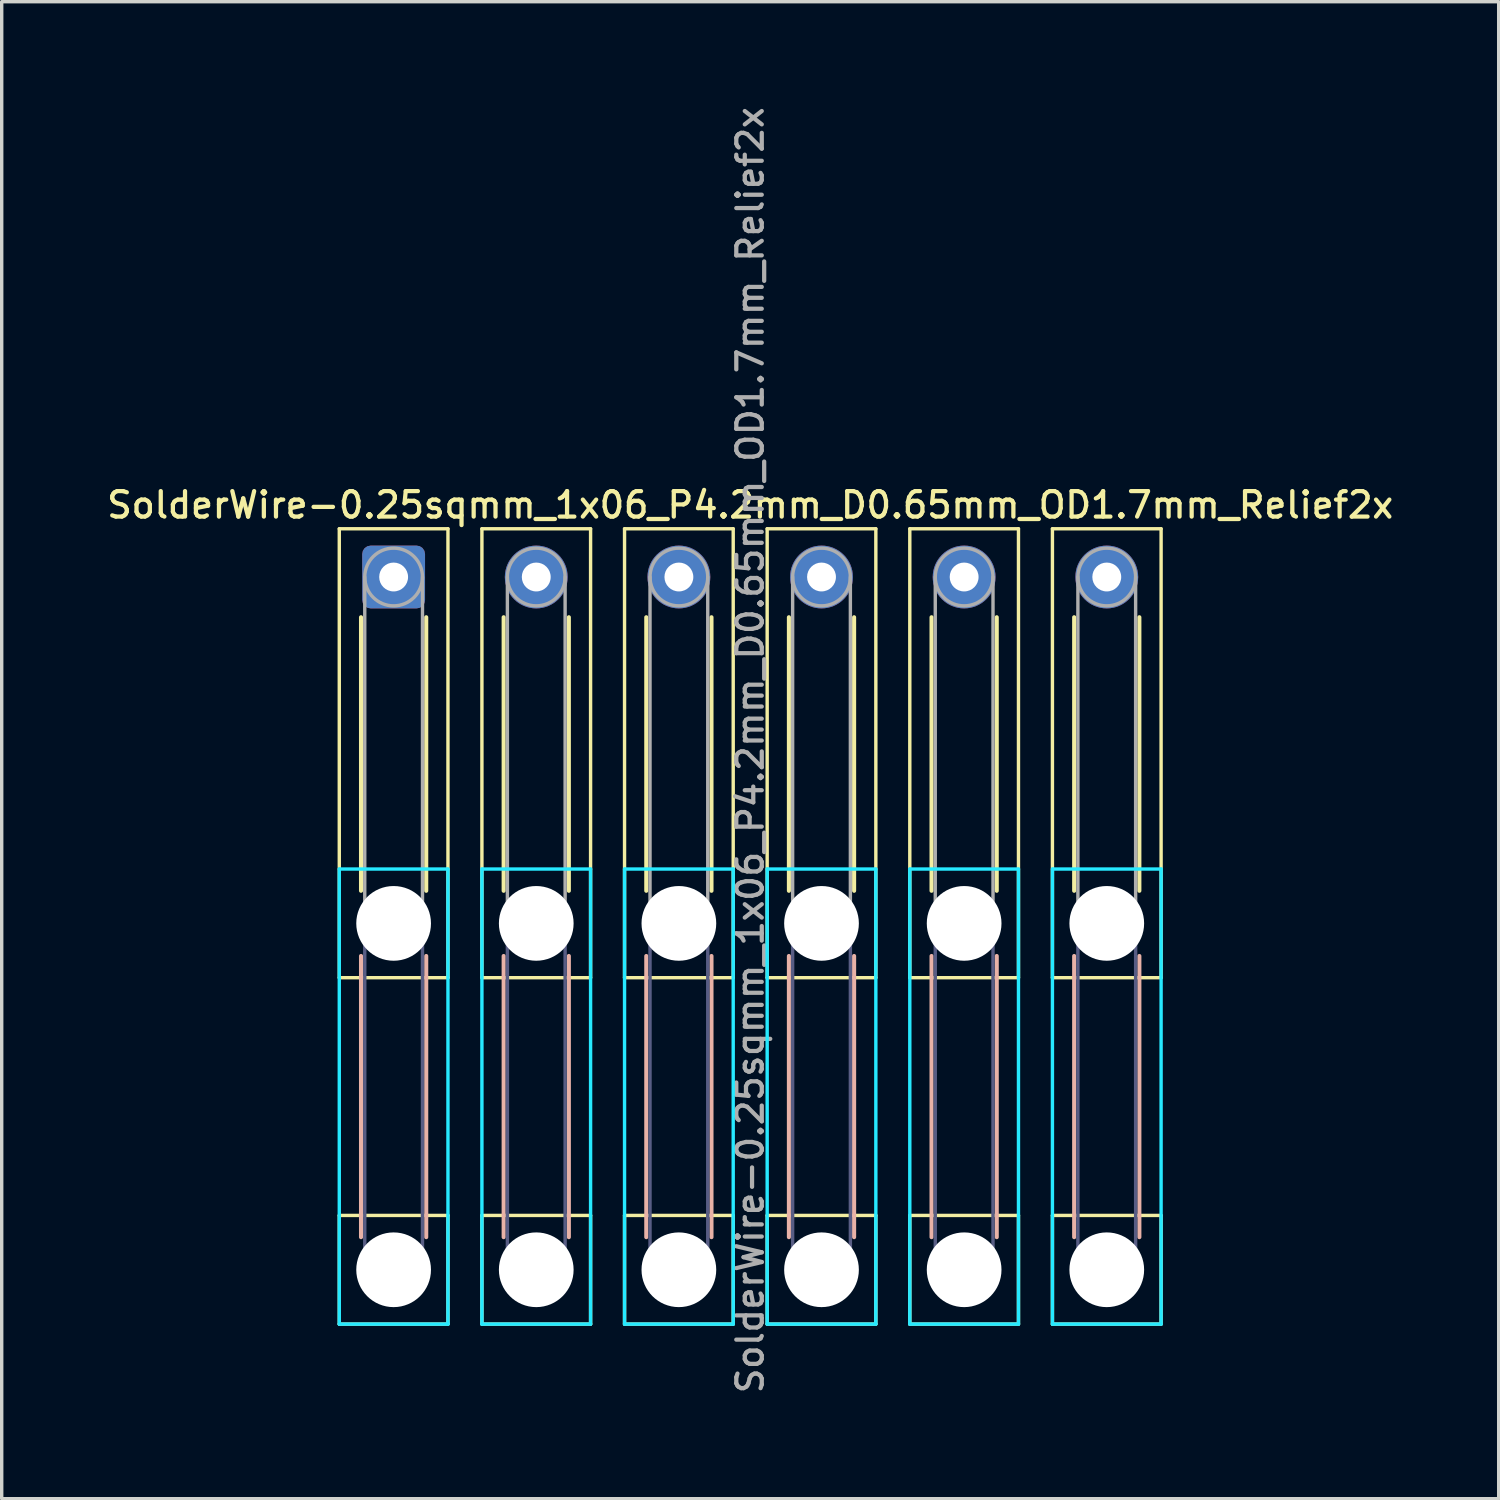
<source format=kicad_pcb>
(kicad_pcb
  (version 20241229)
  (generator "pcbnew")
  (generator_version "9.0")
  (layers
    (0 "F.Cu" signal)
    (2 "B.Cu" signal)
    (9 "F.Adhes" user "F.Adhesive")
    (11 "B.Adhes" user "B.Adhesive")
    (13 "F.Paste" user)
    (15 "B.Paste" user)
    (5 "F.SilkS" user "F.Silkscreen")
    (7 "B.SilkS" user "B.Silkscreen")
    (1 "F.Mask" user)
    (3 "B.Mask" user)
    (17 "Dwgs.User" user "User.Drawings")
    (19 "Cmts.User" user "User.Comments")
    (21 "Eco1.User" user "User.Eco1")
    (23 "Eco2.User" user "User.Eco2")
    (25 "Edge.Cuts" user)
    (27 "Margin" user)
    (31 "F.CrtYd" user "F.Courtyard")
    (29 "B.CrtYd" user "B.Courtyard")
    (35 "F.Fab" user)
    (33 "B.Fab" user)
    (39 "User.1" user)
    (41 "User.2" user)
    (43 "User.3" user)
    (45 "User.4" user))
  (footprint "SolderWire-0.25sqmm_1x06_P4.2mm_D0.65mm_OD1.7mm_Relief2x"
    (layer "F.Cu")
    (at 8.541 13.941)
    (property "Reference" "SolderWire-0.25sqmm_1x06_P4.2mm_D0.65mm_OD1.7mm_Relief2x" (at 10.5 -2.12 0) (layer "F.SilkS") (effects (font (size 0.75 0.75) (thickness 0.125))))
    (attr exclude_from_pos_files exclude_from_bom)
    (fp_line (start -1.6 -1.42) (end -1.6 11.8) (stroke (width 0.1) (type solid)) (layer "F.SilkS"))
    (fp_line (start -1.6 11.8) (end 1.6 11.8) (stroke (width 0.1) (type solid)) (layer "F.SilkS"))
    (fp_line (start -1.6 18.8) (end -1.6 22) (stroke (width 0.1) (type solid)) (layer "F.SilkS"))
    (fp_line (start -1.6 22) (end 1.6 22) (stroke (width 0.1) (type solid)) (layer "F.SilkS"))
    (fp_line (start -0.96 1.185) (end -0.96 9.24) (stroke (width 0.12) (type solid)) (layer "F.SilkS"))
    (fp_line (start 0.96 1.185) (end 0.96 9.24) (stroke (width 0.12) (type solid)) (layer "F.SilkS"))
    (fp_line (start 1.6 -1.42) (end -1.6 -1.42) (stroke (width 0.1) (type solid)) (layer "F.SilkS"))
    (fp_line (start 1.6 11.8) (end 1.6 -1.42) (stroke (width 0.1) (type solid)) (layer "F.SilkS"))
    (fp_line (start 1.6 18.8) (end -1.6 18.8) (stroke (width 0.1) (type solid)) (layer "F.SilkS"))
    (fp_line (start 1.6 22) (end 1.6 18.8) (stroke (width 0.1) (type solid)) (layer "F.SilkS"))
    (fp_line (start 2.6 -1.42) (end 2.6 11.8) (stroke (width 0.1) (type solid)) (layer "F.SilkS"))
    (fp_line (start 2.6 11.8) (end 5.8 11.8) (stroke (width 0.1) (type solid)) (layer "F.SilkS"))
    (fp_line (start 2.6 18.8) (end 2.6 22) (stroke (width 0.1) (type solid)) (layer "F.SilkS"))
    (fp_line (start 2.6 22) (end 5.8 22) (stroke (width 0.1) (type solid)) (layer "F.SilkS"))
    (fp_line (start 3.24 1.185) (end 3.24 9.24) (stroke (width 0.12) (type solid)) (layer "F.SilkS"))
    (fp_line (start 5.16 1.185) (end 5.16 9.24) (stroke (width 0.12) (type solid)) (layer "F.SilkS"))
    (fp_line (start 5.8 -1.42) (end 2.6 -1.42) (stroke (width 0.1) (type solid)) (layer "F.SilkS"))
    (fp_line (start 5.8 11.8) (end 5.8 -1.42) (stroke (width 0.1) (type solid)) (layer "F.SilkS"))
    (fp_line (start 5.8 18.8) (end 2.6 18.8) (stroke (width 0.1) (type solid)) (layer "F.SilkS"))
    (fp_line (start 5.8 22) (end 5.8 18.8) (stroke (width 0.1) (type solid)) (layer "F.SilkS"))
    (fp_line (start 6.8 -1.42) (end 6.8 11.8) (stroke (width 0.1) (type solid)) (layer "F.SilkS"))
    (fp_line (start 6.8 11.8) (end 10 11.8) (stroke (width 0.1) (type solid)) (layer "F.SilkS"))
    (fp_line (start 6.8 18.8) (end 6.8 22) (stroke (width 0.1) (type solid)) (layer "F.SilkS"))
    (fp_line (start 6.8 22) (end 10 22) (stroke (width 0.1) (type solid)) (layer "F.SilkS"))
    (fp_line (start 7.44 1.185) (end 7.44 9.24) (stroke (width 0.12) (type solid)) (layer "F.SilkS"))
    (fp_line (start 9.36 1.185) (end 9.36 9.24) (stroke (width 0.12) (type solid)) (layer "F.SilkS"))
    (fp_line (start 10 -1.42) (end 6.8 -1.42) (stroke (width 0.1) (type solid)) (layer "F.SilkS"))
    (fp_line (start 10 11.8) (end 10 -1.42) (stroke (width 0.1) (type solid)) (layer "F.SilkS"))
    (fp_line (start 10 18.8) (end 6.8 18.8) (stroke (width 0.1) (type solid)) (layer "F.SilkS"))
    (fp_line (start 10 22) (end 10 18.8) (stroke (width 0.1) (type solid)) (layer "F.SilkS"))
    (fp_line (start 11 -1.42) (end 11 11.8) (stroke (width 0.1) (type solid)) (layer "F.SilkS"))
    (fp_line (start 11 11.8) (end 14.2 11.8) (stroke (width 0.1) (type solid)) (layer "F.SilkS"))
    (fp_line (start 11 18.8) (end 11 22) (stroke (width 0.1) (type solid)) (layer "F.SilkS"))
    (fp_line (start 11 22) (end 14.2 22) (stroke (width 0.1) (type solid)) (layer "F.SilkS"))
    (fp_line (start 11.64 1.185) (end 11.64 9.24) (stroke (width 0.12) (type solid)) (layer "F.SilkS"))
    (fp_line (start 13.56 1.185) (end 13.56 9.24) (stroke (width 0.12) (type solid)) (layer "F.SilkS"))
    (fp_line (start 14.2 -1.42) (end 11 -1.42) (stroke (width 0.1) (type solid)) (layer "F.SilkS"))
    (fp_line (start 14.2 11.8) (end 14.2 -1.42) (stroke (width 0.1) (type solid)) (layer "F.SilkS"))
    (fp_line (start 14.2 18.8) (end 11 18.8) (stroke (width 0.1) (type solid)) (layer "F.SilkS"))
    (fp_line (start 14.2 22) (end 14.2 18.8) (stroke (width 0.1) (type solid)) (layer "F.SilkS"))
    (fp_line (start 15.2 -1.42) (end 15.2 11.8) (stroke (width 0.1) (type solid)) (layer "F.SilkS"))
    (fp_line (start 15.2 11.8) (end 18.4 11.8) (stroke (width 0.1) (type solid)) (layer "F.SilkS"))
    (fp_line (start 15.2 18.8) (end 15.2 22) (stroke (width 0.1) (type solid)) (layer "F.SilkS"))
    (fp_line (start 15.2 22) (end 18.4 22) (stroke (width 0.1) (type solid)) (layer "F.SilkS"))
    (fp_line (start 15.84 1.185) (end 15.84 9.24) (stroke (width 0.12) (type solid)) (layer "F.SilkS"))
    (fp_line (start 17.76 1.185) (end 17.76 9.24) (stroke (width 0.12) (type solid)) (layer "F.SilkS"))
    (fp_line (start 18.4 -1.42) (end 15.2 -1.42) (stroke (width 0.1) (type solid)) (layer "F.SilkS"))
    (fp_line (start 18.4 11.8) (end 18.4 -1.42) (stroke (width 0.1) (type solid)) (layer "F.SilkS"))
    (fp_line (start 18.4 18.8) (end 15.2 18.8) (stroke (width 0.1) (type solid)) (layer "F.SilkS"))
    (fp_line (start 18.4 22) (end 18.4 18.8) (stroke (width 0.1) (type solid)) (layer "F.SilkS"))
    (fp_line (start 19.4 -1.42) (end 19.4 11.8) (stroke (width 0.1) (type solid)) (layer "F.SilkS"))
    (fp_line (start 19.4 11.8) (end 22.6 11.8) (stroke (width 0.1) (type solid)) (layer "F.SilkS"))
    (fp_line (start 19.4 18.8) (end 19.4 22) (stroke (width 0.1) (type solid)) (layer "F.SilkS"))
    (fp_line (start 19.4 22) (end 22.6 22) (stroke (width 0.1) (type solid)) (layer "F.SilkS"))
    (fp_line (start 20.04 1.185) (end 20.04 9.24) (stroke (width 0.12) (type solid)) (layer "F.SilkS"))
    (fp_line (start 21.96 1.185) (end 21.96 9.24) (stroke (width 0.12) (type solid)) (layer "F.SilkS"))
    (fp_line (start 22.6 -1.42) (end 19.4 -1.42) (stroke (width 0.1) (type solid)) (layer "F.SilkS"))
    (fp_line (start 22.6 11.8) (end 22.6 -1.42) (stroke (width 0.1) (type solid)) (layer "F.SilkS"))
    (fp_line (start 22.6 18.8) (end 19.4 18.8) (stroke (width 0.1) (type solid)) (layer "F.SilkS"))
    (fp_line (start 22.6 22) (end 22.6 18.8) (stroke (width 0.1) (type solid)) (layer "F.SilkS"))
    (fp_line (start -0.96 11.16) (end -0.96 19.44) (stroke (width 0.12) (type solid)) (layer "B.SilkS"))
    (fp_line (start 0.96 11.16) (end 0.96 19.44) (stroke (width 0.12) (type solid)) (layer "B.SilkS"))
    (fp_line (start 3.24 11.16) (end 3.24 19.44) (stroke (width 0.12) (type solid)) (layer "B.SilkS"))
    (fp_line (start 5.16 11.16) (end 5.16 19.44) (stroke (width 0.12) (type solid)) (layer "B.SilkS"))
    (fp_line (start 7.44 11.16) (end 7.44 19.44) (stroke (width 0.12) (type solid)) (layer "B.SilkS"))
    (fp_line (start 9.36 11.16) (end 9.36 19.44) (stroke (width 0.12) (type solid)) (layer "B.SilkS"))
    (fp_line (start 11.64 11.16) (end 11.64 19.44) (stroke (width 0.12) (type solid)) (layer "B.SilkS"))
    (fp_line (start 13.56 11.16) (end 13.56 19.44) (stroke (width 0.12) (type solid)) (layer "B.SilkS"))
    (fp_line (start 15.84 11.16) (end 15.84 19.44) (stroke (width 0.12) (type solid)) (layer "B.SilkS"))
    (fp_line (start 17.76 11.16) (end 17.76 19.44) (stroke (width 0.12) (type solid)) (layer "B.SilkS"))
    (fp_line (start 20.04 11.16) (end 20.04 19.44) (stroke (width 0.12) (type solid)) (layer "B.SilkS"))
    (fp_line (start 21.96 11.16) (end 21.96 19.44) (stroke (width 0.12) (type solid)) (layer "B.SilkS"))
    (fp_line (start -1.6 8.6) (end -1.6 22) (stroke (width 0.1) (type solid)) (layer "B.CrtYd"))
    (fp_line (start -1.6 22) (end 1.6 22) (stroke (width 0.1) (type solid)) (layer "B.CrtYd"))
    (fp_line (start 1.6 8.6) (end -1.6 8.6) (stroke (width 0.1) (type solid)) (layer "B.CrtYd"))
    (fp_line (start 1.6 22) (end 1.6 8.6) (stroke (width 0.1) (type solid)) (layer "B.CrtYd"))
    (fp_line (start 2.6 8.6) (end 2.6 22) (stroke (width 0.1) (type solid)) (layer "B.CrtYd"))
    (fp_line (start 2.6 22) (end 5.8 22) (stroke (width 0.1) (type solid)) (layer "B.CrtYd"))
    (fp_line (start 5.8 8.6) (end 2.6 8.6) (stroke (width 0.1) (type solid)) (layer "B.CrtYd"))
    (fp_line (start 5.8 22) (end 5.8 8.6) (stroke (width 0.1) (type solid)) (layer "B.CrtYd"))
    (fp_line (start 6.8 8.6) (end 6.8 22) (stroke (width 0.1) (type solid)) (layer "B.CrtYd"))
    (fp_line (start 6.8 22) (end 10 22) (stroke (width 0.1) (type solid)) (layer "B.CrtYd"))
    (fp_line (start 10 8.6) (end 6.8 8.6) (stroke (width 0.1) (type solid)) (layer "B.CrtYd"))
    (fp_line (start 10 22) (end 10 8.6) (stroke (width 0.1) (type solid)) (layer "B.CrtYd"))
    (fp_line (start 11 8.6) (end 11 22) (stroke (width 0.1) (type solid)) (layer "B.CrtYd"))
    (fp_line (start 11 22) (end 14.2 22) (stroke (width 0.1) (type solid)) (layer "B.CrtYd"))
    (fp_line (start 14.2 8.6) (end 11 8.6) (stroke (width 0.1) (type solid)) (layer "B.CrtYd"))
    (fp_line (start 14.2 22) (end 14.2 8.6) (stroke (width 0.1) (type solid)) (layer "B.CrtYd"))
    (fp_line (start 15.2 8.6) (end 15.2 22) (stroke (width 0.1) (type solid)) (layer "B.CrtYd"))
    (fp_line (start 15.2 22) (end 18.4 22) (stroke (width 0.1) (type solid)) (layer "B.CrtYd"))
    (fp_line (start 18.4 8.6) (end 15.2 8.6) (stroke (width 0.1) (type solid)) (layer "B.CrtYd"))
    (fp_line (start 18.4 22) (end 18.4 8.6) (stroke (width 0.1) (type solid)) (layer "B.CrtYd"))
    (fp_line (start 19.4 8.6) (end 19.4 22) (stroke (width 0.1) (type solid)) (layer "B.CrtYd"))
    (fp_line (start 19.4 22) (end 22.6 22) (stroke (width 0.1) (type solid)) (layer "B.CrtYd"))
    (fp_line (start 22.6 8.6) (end 19.4 8.6) (stroke (width 0.1) (type solid)) (layer "B.CrtYd"))
    (fp_line (start 22.6 22) (end 22.6 8.6) (stroke (width 0.1) (type solid)) (layer "B.CrtYd"))
    (fp_line (start -0.85 10.2) (end -0.85 20.4) (stroke (width 0.1) (type solid)) (layer "B.Fab"))
    (fp_line (start 0.85 10.2) (end 0.85 20.4) (stroke (width 0.1) (type solid)) (layer "B.Fab"))
    (fp_line (start 3.35 10.2) (end 3.35 20.4) (stroke (width 0.1) (type solid)) (layer "B.Fab"))
    (fp_line (start 5.05 10.2) (end 5.05 20.4) (stroke (width 0.1) (type solid)) (layer "B.Fab"))
    (fp_line (start 7.55 10.2) (end 7.55 20.4) (stroke (width 0.1) (type solid)) (layer "B.Fab"))
    (fp_line (start 9.25 10.2) (end 9.25 20.4) (stroke (width 0.1) (type solid)) (layer "B.Fab"))
    (fp_line (start 11.75 10.2) (end 11.75 20.4) (stroke (width 0.1) (type solid)) (layer "B.Fab"))
    (fp_line (start 13.45 10.2) (end 13.45 20.4) (stroke (width 0.1) (type solid)) (layer "B.Fab"))
    (fp_line (start 15.95 10.2) (end 15.95 20.4) (stroke (width 0.1) (type solid)) (layer "B.Fab"))
    (fp_line (start 17.65 10.2) (end 17.65 20.4) (stroke (width 0.1) (type solid)) (layer "B.Fab"))
    (fp_line (start 20.15 10.2) (end 20.15 20.4) (stroke (width 0.1) (type solid)) (layer "B.Fab"))
    (fp_line (start 21.85 10.2) (end 21.85 20.4) (stroke (width 0.1) (type solid)) (layer "B.Fab"))
    (fp_circle (center 0 10.2) (end 0.85 10.2) (stroke (width 0.1) (type solid)) (fill no) (layer "B.Fab"))
    (fp_circle (center 0 20.4) (end 0.85 20.4) (stroke (width 0.1) (type solid)) (fill no) (layer "B.Fab"))
    (fp_circle (center 4.2 10.2) (end 5.05 10.2) (stroke (width 0.1) (type solid)) (fill no) (layer "B.Fab"))
    (fp_circle (center 4.2 20.4) (end 5.05 20.4) (stroke (width 0.1) (type solid)) (fill no) (layer "B.Fab"))
    (fp_circle (center 8.4 10.2) (end 9.25 10.2) (stroke (width 0.1) (type solid)) (fill no) (layer "B.Fab"))
    (fp_circle (center 8.4 20.4) (end 9.25 20.4) (stroke (width 0.1) (type solid)) (fill no) (layer "B.Fab"))
    (fp_circle (center 12.6 10.2) (end 13.45 10.2) (stroke (width 0.1) (type solid)) (fill no) (layer "B.Fab"))
    (fp_circle (center 12.6 20.4) (end 13.45 20.4) (stroke (width 0.1) (type solid)) (fill no) (layer "B.Fab"))
    (fp_circle (center 16.8 10.2) (end 17.65 10.2) (stroke (width 0.1) (type solid)) (fill no) (layer "B.Fab"))
    (fp_circle (center 16.8 20.4) (end 17.65 20.4) (stroke (width 0.1) (type solid)) (fill no) (layer "B.Fab"))
    (fp_circle (center 21 10.2) (end 21.85 10.2) (stroke (width 0.1) (type solid)) (fill no) (layer "B.Fab"))
    (fp_circle (center 21 20.4) (end 21.85 20.4) (stroke (width 0.1) (type solid)) (fill no) (layer "B.Fab"))
    (fp_line (start -0.85 0) (end -0.85 10.2) (stroke (width 0.1) (type solid)) (layer "F.Fab"))
    (fp_line (start 0.85 0) (end 0.85 10.2) (stroke (width 0.1) (type solid)) (layer "F.Fab"))
    (fp_line (start 3.35 0) (end 3.35 10.2) (stroke (width 0.1) (type solid)) (layer "F.Fab"))
    (fp_line (start 5.05 0) (end 5.05 10.2) (stroke (width 0.1) (type solid)) (layer "F.Fab"))
    (fp_line (start 7.55 0) (end 7.55 10.2) (stroke (width 0.1) (type solid)) (layer "F.Fab"))
    (fp_line (start 9.25 0) (end 9.25 10.2) (stroke (width 0.1) (type solid)) (layer "F.Fab"))
    (fp_line (start 11.75 0) (end 11.75 10.2) (stroke (width 0.1) (type solid)) (layer "F.Fab"))
    (fp_line (start 13.45 0) (end 13.45 10.2) (stroke (width 0.1) (type solid)) (layer "F.Fab"))
    (fp_line (start 15.95 0) (end 15.95 10.2) (stroke (width 0.1) (type solid)) (layer "F.Fab"))
    (fp_line (start 17.65 0) (end 17.65 10.2) (stroke (width 0.1) (type solid)) (layer "F.Fab"))
    (fp_line (start 20.15 0) (end 20.15 10.2) (stroke (width 0.1) (type solid)) (layer "F.Fab"))
    (fp_line (start 21.85 0) (end 21.85 10.2) (stroke (width 0.1) (type solid)) (layer "F.Fab"))
    (fp_circle (center 0 0) (end 0.85 0) (stroke (width 0.1) (type solid)) (fill no) (layer "F.Fab"))
    (fp_circle (center 0 10.2) (end 0.85 10.2) (stroke (width 0.1) (type solid)) (fill no) (layer "F.Fab"))
    (fp_circle (center 0 20.4) (end 0.85 20.4) (stroke (width 0.1) (type solid)) (fill no) (layer "F.Fab"))
    (fp_circle (center 4.2 0) (end 5.05 0) (stroke (width 0.1) (type solid)) (fill no) (layer "F.Fab"))
    (fp_circle (center 4.2 10.2) (end 5.05 10.2) (stroke (width 0.1) (type solid)) (fill no) (layer "F.Fab"))
    (fp_circle (center 4.2 20.4) (end 5.05 20.4) (stroke (width 0.1) (type solid)) (fill no) (layer "F.Fab"))
    (fp_circle (center 8.4 0) (end 9.25 0) (stroke (width 0.1) (type solid)) (fill no) (layer "F.Fab"))
    (fp_circle (center 8.4 10.2) (end 9.25 10.2) (stroke (width 0.1) (type solid)) (fill no) (layer "F.Fab"))
    (fp_circle (center 8.4 20.4) (end 9.25 20.4) (stroke (width 0.1) (type solid)) (fill no) (layer "F.Fab"))
    (fp_circle (center 12.6 0) (end 13.45 0) (stroke (width 0.1) (type solid)) (fill no) (layer "F.Fab"))
    (fp_circle (center 12.6 10.2) (end 13.45 10.2) (stroke (width 0.1) (type solid)) (fill no) (layer "F.Fab"))
    (fp_circle (center 12.6 20.4) (end 13.45 20.4) (stroke (width 0.1) (type solid)) (fill no) (layer "F.Fab"))
    (fp_circle (center 16.8 0) (end 17.65 0) (stroke (width 0.1) (type solid)) (fill no) (layer "F.Fab"))
    (fp_circle (center 16.8 10.2) (end 17.65 10.2) (stroke (width 0.1) (type solid)) (fill no) (layer "F.Fab"))
    (fp_circle (center 16.8 20.4) (end 17.65 20.4) (stroke (width 0.1) (type solid)) (fill no) (layer "F.Fab"))
    (fp_circle (center 21 0) (end 21.85 0) (stroke (width 0.1) (type solid)) (fill no) (layer "F.Fab"))
    (fp_circle (center 21 10.2) (end 21.85 10.2) (stroke (width 0.1) (type solid)) (fill no) (layer "F.Fab"))
    (fp_circle (center 21 20.4) (end 21.85 20.4) (stroke (width 0.1) (type solid)) (fill no) (layer "F.Fab"))
    (fp_text user "${REFERENCE}" (at 10.5 5.1 90) (layer "F.Fab") (effects (font (size 0.75 0.75) (thickness 0.125))))
    (pad "" np_thru_hole circle (at 0 10.2) (size 2.2 2.2) (drill 2.2) (layers "*.Cu" "*.Mask"))
    (pad "" np_thru_hole circle (at 0 20.4) (size 2.2 2.2) (drill 2.2) (layers "*.Cu" "*.Mask"))
    (pad "" np_thru_hole circle (at 4.2 10.2) (size 2.2 2.2) (drill 2.2) (layers "*.Cu" "*.Mask"))
    (pad "" np_thru_hole circle (at 4.2 20.4) (size 2.2 2.2) (drill 2.2) (layers "*.Cu" "*.Mask"))
    (pad "" np_thru_hole circle (at 8.4 10.2) (size 2.2 2.2) (drill 2.2) (layers "*.Cu" "*.Mask"))
    (pad "" np_thru_hole circle (at 8.4 20.4) (size 2.2 2.2) (drill 2.2) (layers "*.Cu" "*.Mask"))
    (pad "" np_thru_hole circle (at 12.6 10.2) (size 2.2 2.2) (drill 2.2) (layers "*.Cu" "*.Mask"))
    (pad "" np_thru_hole circle (at 12.6 20.4) (size 2.2 2.2) (drill 2.2) (layers "*.Cu" "*.Mask"))
    (pad "" np_thru_hole circle (at 16.8 10.2) (size 2.2 2.2) (drill 2.2) (layers "*.Cu" "*.Mask"))
    (pad "" np_thru_hole circle (at 16.8 20.4) (size 2.2 2.2) (drill 2.2) (layers "*.Cu" "*.Mask"))
    (pad "" np_thru_hole circle (at 21 10.2) (size 2.2 2.2) (drill 2.2) (layers "*.Cu" "*.Mask"))
    (pad "" np_thru_hole circle (at 21 20.4) (size 2.2 2.2) (drill 2.2) (layers "*.Cu" "*.Mask"))
    (pad "1" thru_hole roundrect (at 0 0) (size 1.85 1.85) (drill 0.85) (layers "*.Cu" "*.Mask") (roundrect_rratio 0.135))
    (pad "2" thru_hole circle (at 4.2 0) (size 1.85 1.85) (drill 0.85) (layers "*.Cu" "*.Mask"))
    (pad "3" thru_hole circle (at 8.4 0) (size 1.85 1.85) (drill 0.85) (layers "*.Cu" "*.Mask"))
    (pad "4" thru_hole circle (at 12.6 0) (size 1.85 1.85) (drill 0.85) (layers "*.Cu" "*.Mask"))
    (pad "5" thru_hole circle (at 16.8 0) (size 1.85 1.85) (drill 0.85) (layers "*.Cu" "*.Mask"))
    (pad "6" thru_hole circle (at 21 0) (size 1.85 1.85) (drill 0.85) (layers "*.Cu" "*.Mask")))
  (gr_rect
    (start -3 -3)
    (end 41.082 41.082)
    (stroke (width 0.1) (type default))
    (fill no)
    (layer "Edge.Cuts")))
</source>
